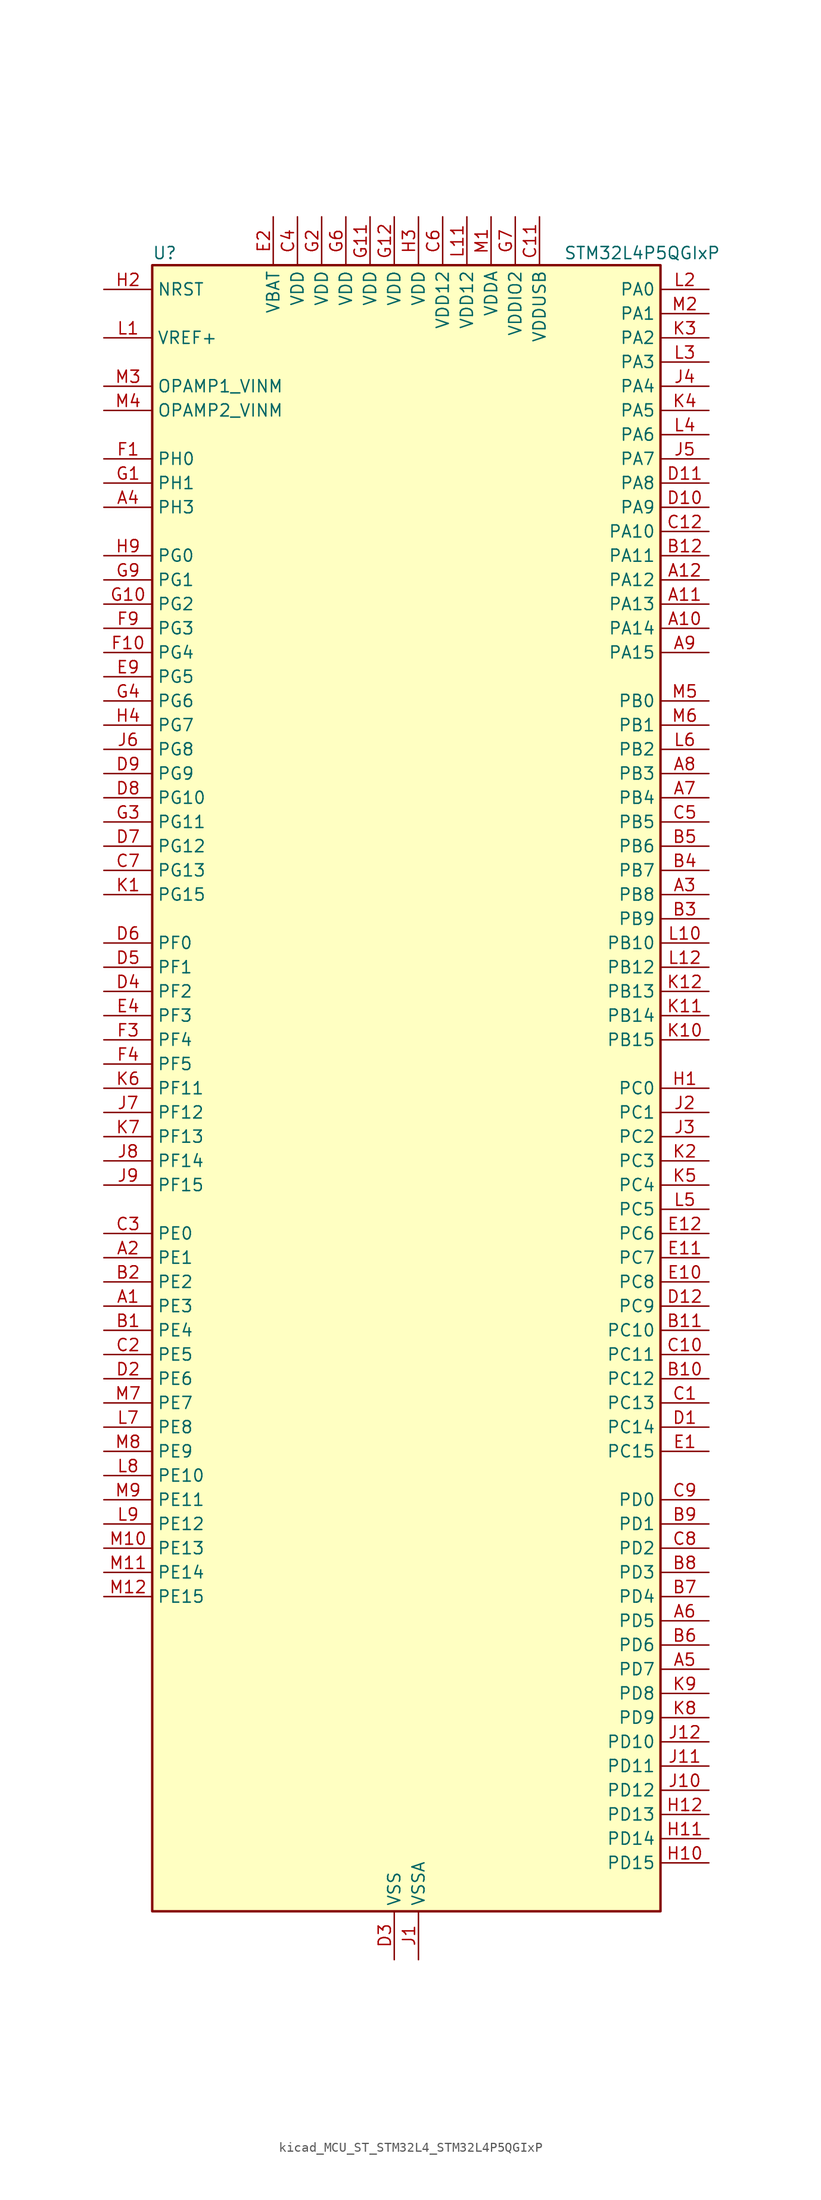
<source format=kicad_sym>
(kicad_symbol_lib
  (version 20220914)
  (generator kicad_symbol_editor)
  (symbol "kicad_MCU_ST_STM32L4_STM32L4P5QGIxP"
    (property "Reference" "U"
      (at -25.4 87.63 0)
      (effects (font (size 1.27 1.27)) (justify left)))
    (property "Value" "STM32L4P5QGIxP"
      (at 17.78 87.63 0)
      (effects (font (size 1.27 1.27)) (justify left)))
    (property "ki_locked" ""
      (at 0 0 0)
      (effects (font (size 1.27 1.27))))
    (symbol "kicad_MCU_ST_STM32L4_STM32L4P5QGIxP_0_1"
      (rectangle (start -25.4 -86.36) (end 27.94 86.36) (stroke (width 0.254) (type default)) (fill (type background))))
    (symbol "kicad_MCU_ST_STM32L4_STM32L4P5QGIxP_1_1"
      (pin bidirectional line (at -30.48 -22.86 0) (length 5.08) (name "PE3" (effects (font (size 1.27 1.27)))) (number "A1" (effects (font (size 1.27 1.27)))) (alternate "FMC_A19" bidirectional line) (alternate "LTDC_R6" bidirectional line) (alternate "OCTOSPIM_P1_DQS" bidirectional line) (alternate "SAI1_SD_B" bidirectional line) (alternate "SYS_TRACED0" bidirectional line) (alternate "TIM3_CH1" bidirectional line) (alternate "TSC_G7_IO2" bidirectional line))
      (pin bidirectional line (at 33.02 48.26 180) (length 5.08) (name "PA14" (effects (font (size 1.27 1.27)))) (number "A10" (effects (font (size 1.27 1.27)))) (alternate "I2C1_SMBA" bidirectional line) (alternate "I2C4_SMBA" bidirectional line) (alternate "LPTIM1_OUT" bidirectional line) (alternate "SAI1_FS_B" bidirectional line) (alternate "SYS_JTCK-SWCLK" bidirectional line) (alternate "USB_OTG_FS_SOF" bidirectional line))
      (pin bidirectional line (at 33.02 50.8 180) (length 5.08) (name "PA13" (effects (font (size 1.27 1.27)))) (number "A11" (effects (font (size 1.27 1.27)))) (alternate "IR_OUT" bidirectional line) (alternate "SAI1_SD_B" bidirectional line) (alternate "SYS_JTMS-SWDIO" bidirectional line) (alternate "USB_OTG_FS_NOE" bidirectional line))
      (pin bidirectional line (at 33.02 53.34 180) (length 5.08) (name "PA12" (effects (font (size 1.27 1.27)))) (number "A12" (effects (font (size 1.27 1.27)))) (alternate "CAN1_TX" bidirectional line) (alternate "LTDC_VSYNC" bidirectional line) (alternate "OCTOSPIM_P2_NCS" bidirectional line) (alternate "SPI1_MOSI" bidirectional line) (alternate "TIM1_ETR" bidirectional line) (alternate "USART1_DE" bidirectional line) (alternate "USART1_RTS" bidirectional line) (alternate "USB_OTG_FS_DP" bidirectional line))
      (pin bidirectional line (at -30.48 -17.78 0) (length 5.08) (name "PE1" (effects (font (size 1.27 1.27)))) (number "A2" (effects (font (size 1.27 1.27)))) (alternate "DCMI_D3" bidirectional line) (alternate "FMC_NBL1" bidirectional line) (alternate "LTDC_VSYNC" bidirectional line) (alternate "PSSI_D3" bidirectional line) (alternate "TIM17_CH1" bidirectional line))
      (pin bidirectional line (at 33.02 20.32 180) (length 5.08) (name "PB8" (effects (font (size 1.27 1.27)))) (number "A3" (effects (font (size 1.27 1.27)))) (alternate "CAN1_RX" bidirectional line) (alternate "DCMI_D6" bidirectional line) (alternate "DFSDM1_CKOUT" bidirectional line) (alternate "I2C1_SCL" bidirectional line) (alternate "LTDC_DE" bidirectional line) (alternate "PSSI_D6" bidirectional line) (alternate "SAI1_CK1" bidirectional line) (alternate "SAI1_MCLK_A" bidirectional line) (alternate "SDMMC1_CKIN" bidirectional line) (alternate "SDMMC1_D4" bidirectional line) (alternate "SDMMC2_D4" bidirectional line) (alternate "TIM16_CH1" bidirectional line) (alternate "TIM4_CH3" bidirectional line))
      (pin bidirectional line (at -30.48 60.96 0) (length 5.08) (name "PH3" (effects (font (size 1.27 1.27)))) (number "A4" (effects (font (size 1.27 1.27)))))
      (pin bidirectional line (at 33.02 -60.96 180) (length 5.08) (name "PD7" (effects (font (size 1.27 1.27)))) (number "A5" (effects (font (size 1.27 1.27)))) (alternate "DFSDM1_CKIN1" bidirectional line) (alternate "FMC_NCE" bidirectional line) (alternate "FMC_NE1" bidirectional line) (alternate "OCTOSPIM_P1_IO7" bidirectional line) (alternate "SDMMC2_CMD" bidirectional line) (alternate "USART2_CK" bidirectional line))
      (pin bidirectional line (at 33.02 -55.88 180) (length 5.08) (name "PD5" (effects (font (size 1.27 1.27)))) (number "A6" (effects (font (size 1.27 1.27)))) (alternate "FMC_NWE" bidirectional line) (alternate "OCTOSPIM_P1_IO5" bidirectional line) (alternate "USART2_TX" bidirectional line))
      (pin bidirectional line (at 33.02 30.48 180) (length 5.08) (name "PB4" (effects (font (size 1.27 1.27)))) (number "A7" (effects (font (size 1.27 1.27)))) (alternate "COMP2_INP" bidirectional line) (alternate "DCMI_D12" bidirectional line) (alternate "I2C3_SDA" bidirectional line) (alternate "OCTOSPIM_P1_IO5" bidirectional line) (alternate "PSSI_D12" bidirectional line) (alternate "SAI1_MCLK_B" bidirectional line) (alternate "SDMMC2_D3" bidirectional line) (alternate "SPI1_MISO" bidirectional line) (alternate "SPI3_MISO" bidirectional line) (alternate "SYS_JTRST" bidirectional line) (alternate "TIM17_BKIN" bidirectional line) (alternate "TIM3_CH1" bidirectional line) (alternate "TSC_G2_IO1" bidirectional line) (alternate "UART5_DE" bidirectional line) (alternate "UART5_RTS" bidirectional line) (alternate "USART1_CTS" bidirectional line) (alternate "USART1_NSS" bidirectional line))
      (pin bidirectional line (at 33.02 33.02 180) (length 5.08) (name "PB3" (effects (font (size 1.27 1.27)))) (number "A8" (effects (font (size 1.27 1.27)))) (alternate "COMP2_INM" bidirectional line) (alternate "CRS_SYNC" bidirectional line) (alternate "OCTOSPIM_P1_IO4" bidirectional line) (alternate "SAI1_SCK_B" bidirectional line) (alternate "SDMMC2_D2" bidirectional line) (alternate "SPI1_SCK" bidirectional line) (alternate "SPI3_SCK" bidirectional line) (alternate "SYS_JTDO-SWO" bidirectional line) (alternate "TIM2_CH2" bidirectional line) (alternate "USART1_DE" bidirectional line) (alternate "USART1_RTS" bidirectional line))
      (pin bidirectional line (at 33.02 45.72 180) (length 5.08) (name "PA15" (effects (font (size 1.27 1.27)))) (number "A9" (effects (font (size 1.27 1.27)))) (alternate "ADC1_EXTI15" bidirectional line) (alternate "ADC2_EXTI15" bidirectional line) (alternate "LTDC_HSYNC" bidirectional line) (alternate "SAI2_FS_B" bidirectional line) (alternate "SPI1_NSS" bidirectional line) (alternate "SPI3_NSS" bidirectional line) (alternate "SYS_JTDI" bidirectional line) (alternate "TIM2_CH1" bidirectional line) (alternate "TIM2_ETR" bidirectional line) (alternate "TSC_G3_IO1" bidirectional line) (alternate "UART4_DE" bidirectional line) (alternate "UART4_RTS" bidirectional line) (alternate "USART2_RX" bidirectional line) (alternate "USART3_DE" bidirectional line) (alternate "USART3_RTS" bidirectional line))
      (pin bidirectional line (at -30.48 -25.4 0) (length 5.08) (name "PE4" (effects (font (size 1.27 1.27)))) (number "B1" (effects (font (size 1.27 1.27)))) (alternate "DCMI_D4" bidirectional line) (alternate "DFSDM1_DATIN3" bidirectional line) (alternate "FMC_A20" bidirectional line) (alternate "LTDC_B7" bidirectional line) (alternate "PSSI_D4" bidirectional line) (alternate "SAI1_D2" bidirectional line) (alternate "SAI1_FS_A" bidirectional line) (alternate "SYS_TRACED1" bidirectional line) (alternate "TIM3_CH2" bidirectional line) (alternate "TSC_G7_IO3" bidirectional line))
      (pin bidirectional line (at 33.02 -30.48 180) (length 5.08) (name "PC12" (effects (font (size 1.27 1.27)))) (number "B10" (effects (font (size 1.27 1.27)))) (alternate "DCMI_D9" bidirectional line) (alternate "LTDC_R6" bidirectional line) (alternate "PSSI_D9" bidirectional line) (alternate "SAI2_SD_B" bidirectional line) (alternate "SDMMC1_CK" bidirectional line) (alternate "SPI3_MOSI" bidirectional line) (alternate "SYS_TRACED3" bidirectional line) (alternate "TSC_G3_IO4" bidirectional line) (alternate "UART5_TX" bidirectional line) (alternate "USART3_CK" bidirectional line))
      (pin bidirectional line (at 33.02 -25.4 180) (length 5.08) (name "PC10" (effects (font (size 1.27 1.27)))) (number "B11" (effects (font (size 1.27 1.27)))) (alternate "DCMI_D8" bidirectional line) (alternate "DCMI_VSYNC" bidirectional line) (alternate "PSSI_D8" bidirectional line) (alternate "PSSI_RDY" bidirectional line) (alternate "SAI2_SCK_B" bidirectional line) (alternate "SDMMC1_D2" bidirectional line) (alternate "SPI3_SCK" bidirectional line) (alternate "SYS_TRACED1" bidirectional line) (alternate "TSC_G3_IO2" bidirectional line) (alternate "UART4_TX" bidirectional line) (alternate "USART3_TX" bidirectional line))
      (pin bidirectional line (at 33.02 55.88 180) (length 5.08) (name "PA11" (effects (font (size 1.27 1.27)))) (number "B12" (effects (font (size 1.27 1.27)))) (alternate "ADC1_EXTI11" bidirectional line) (alternate "ADC2_EXTI11" bidirectional line) (alternate "CAN1_RX" bidirectional line) (alternate "LTDC_DE" bidirectional line) (alternate "SPI1_MISO" bidirectional line) (alternate "TIM1_BKIN2" bidirectional line) (alternate "TIM1_CH4" bidirectional line) (alternate "USART1_CTS" bidirectional line) (alternate "USART1_NSS" bidirectional line) (alternate "USB_OTG_FS_DM" bidirectional line))
      (pin bidirectional line (at -30.48 -20.32 0) (length 5.08) (name "PE2" (effects (font (size 1.27 1.27)))) (number "B2" (effects (font (size 1.27 1.27)))) (alternate "FMC_A23" bidirectional line) (alternate "LTDC_R7" bidirectional line) (alternate "SAI1_CK1" bidirectional line) (alternate "SAI1_MCLK_A" bidirectional line) (alternate "SYS_TRACECLK" bidirectional line) (alternate "TIM3_ETR" bidirectional line) (alternate "TSC_G7_IO1" bidirectional line))
      (pin bidirectional line (at 33.02 17.78 180) (length 5.08) (name "PB9" (effects (font (size 1.27 1.27)))) (number "B3" (effects (font (size 1.27 1.27)))) (alternate "CAN1_TX" bidirectional line) (alternate "DAC1_EXTI9" bidirectional line) (alternate "DCMI_D7" bidirectional line) (alternate "I2C1_SDA" bidirectional line) (alternate "IR_OUT" bidirectional line) (alternate "PSSI_D7" bidirectional line) (alternate "SAI1_D2" bidirectional line) (alternate "SAI1_FS_A" bidirectional line) (alternate "SDMMC1_CDIR" bidirectional line) (alternate "SDMMC1_D5" bidirectional line) (alternate "SDMMC2_D5" bidirectional line) (alternate "SPI2_NSS" bidirectional line) (alternate "TIM17_CH1" bidirectional line) (alternate "TIM4_CH4" bidirectional line))
      (pin bidirectional line (at 33.02 22.86 180) (length 5.08) (name "PB7" (effects (font (size 1.27 1.27)))) (number "B4" (effects (font (size 1.27 1.27)))) (alternate "COMP2_INM" bidirectional line) (alternate "DCMI_VSYNC" bidirectional line) (alternate "FMC_NL" bidirectional line) (alternate "I2C1_SDA" bidirectional line) (alternate "I2C4_SDA" bidirectional line) (alternate "LPTIM1_IN2" bidirectional line) (alternate "LTDC_VSYNC" bidirectional line) (alternate "PSSI_RDY" bidirectional line) (alternate "SYS_PVD_IN" bidirectional line) (alternate "TIM17_CH1N" bidirectional line) (alternate "TIM4_CH2" bidirectional line) (alternate "TIM8_BKIN" bidirectional line) (alternate "TSC_G2_IO4" bidirectional line) (alternate "UART4_CTS" bidirectional line) (alternate "USART1_RX" bidirectional line))
      (pin bidirectional line (at 33.02 25.4 180) (length 5.08) (name "PB6" (effects (font (size 1.27 1.27)))) (number "B5" (effects (font (size 1.27 1.27)))) (alternate "COMP2_INP" bidirectional line) (alternate "DCMI_D5" bidirectional line) (alternate "I2C1_SCL" bidirectional line) (alternate "I2C4_SCL" bidirectional line) (alternate "LPTIM1_ETR" bidirectional line) (alternate "LTDC_R6" bidirectional line) (alternate "PSSI_D5" bidirectional line) (alternate "SAI1_FS_B" bidirectional line) (alternate "TIM16_CH1N" bidirectional line) (alternate "TIM4_CH1" bidirectional line) (alternate "TIM8_BKIN2" bidirectional line) (alternate "TSC_G2_IO3" bidirectional line) (alternate "USART1_TX" bidirectional line))
      (pin bidirectional line (at 33.02 -58.42 180) (length 5.08) (name "PD6" (effects (font (size 1.27 1.27)))) (number "B6" (effects (font (size 1.27 1.27)))) (alternate "DCMI_D10" bidirectional line) (alternate "DFSDM1_DATIN1" bidirectional line) (alternate "FMC_NWAIT" bidirectional line) (alternate "LTDC_DE" bidirectional line) (alternate "OCTOSPIM_P1_IO6" bidirectional line) (alternate "PSSI_D10" bidirectional line) (alternate "SAI1_D1" bidirectional line) (alternate "SAI1_SD_A" bidirectional line) (alternate "SDMMC2_CK" bidirectional line) (alternate "SPI3_MOSI" bidirectional line) (alternate "USART2_RX" bidirectional line))
      (pin bidirectional line (at 33.02 -53.34 180) (length 5.08) (name "PD4" (effects (font (size 1.27 1.27)))) (number "B7" (effects (font (size 1.27 1.27)))) (alternate "DFSDM1_CKIN0" bidirectional line) (alternate "FMC_NOE" bidirectional line) (alternate "OCTOSPIM_P1_IO4" bidirectional line) (alternate "SDMMC2_CKIN" bidirectional line) (alternate "SPI2_MOSI" bidirectional line) (alternate "USART2_DE" bidirectional line) (alternate "USART2_RTS" bidirectional line))
      (pin bidirectional line (at 33.02 -50.8 180) (length 5.08) (name "PD3" (effects (font (size 1.27 1.27)))) (number "B8" (effects (font (size 1.27 1.27)))) (alternate "DCMI_D5" bidirectional line) (alternate "DFSDM1_DATIN0" bidirectional line) (alternate "FMC_CLK" bidirectional line) (alternate "LTDC_CLK" bidirectional line) (alternate "OCTOSPIM_P2_NCS" bidirectional line) (alternate "PSSI_D5" bidirectional line) (alternate "SPI2_MISO" bidirectional line) (alternate "SPI2_SCK" bidirectional line) (alternate "USART2_CTS" bidirectional line) (alternate "USART2_NSS" bidirectional line))
      (pin bidirectional line (at 33.02 -45.72 180) (length 5.08) (name "PD1" (effects (font (size 1.27 1.27)))) (number "B9" (effects (font (size 1.27 1.27)))) (alternate "CAN1_TX" bidirectional line) (alternate "FMC_D3" bidirectional line) (alternate "FMC_DA3" bidirectional line) (alternate "LTDC_B5" bidirectional line) (alternate "SPI2_SCK" bidirectional line))
      (pin bidirectional line (at 33.02 -33.02 180) (length 5.08) (name "PC13" (effects (font (size 1.27 1.27)))) (number "C1" (effects (font (size 1.27 1.27)))) (alternate "RTC_OUT1" bidirectional line) (alternate "RTC_TAMP1" bidirectional line) (alternate "RTC_TS" bidirectional line) (alternate "SYS_WKUP2" bidirectional line))
      (pin bidirectional line (at 33.02 -27.94 180) (length 5.08) (name "PC11" (effects (font (size 1.27 1.27)))) (number "C10" (effects (font (size 1.27 1.27)))) (alternate "ADC1_EXTI11" bidirectional line) (alternate "ADC2_EXTI11" bidirectional line) (alternate "DCMI_D2" bidirectional line) (alternate "DCMI_D4" bidirectional line) (alternate "OCTOSPIM_P1_NCS" bidirectional line) (alternate "PSSI_D2" bidirectional line) (alternate "PSSI_D4" bidirectional line) (alternate "SAI2_MCLK_B" bidirectional line) (alternate "SDMMC1_D3" bidirectional line) (alternate "SPI3_MISO" bidirectional line) (alternate "TSC_G3_IO3" bidirectional line) (alternate "UART4_RX" bidirectional line) (alternate "USART3_RX" bidirectional line))
      (pin power_in line (at 15.24 91.44 270) (length 5.08) (name "VDDUSB" (effects (font (size 1.27 1.27)))) (number "C11" (effects (font (size 1.27 1.27)))))
      (pin bidirectional line (at 33.02 58.42 180) (length 5.08) (name "PA10" (effects (font (size 1.27 1.27)))) (number "C12" (effects (font (size 1.27 1.27)))) (alternate "DCMI_D1" bidirectional line) (alternate "LTDC_G6" bidirectional line) (alternate "PSSI_D1" bidirectional line) (alternate "SAI1_D1" bidirectional line) (alternate "SAI1_SD_A" bidirectional line) (alternate "TIM17_BKIN" bidirectional line) (alternate "TIM1_CH3" bidirectional line) (alternate "USART1_RX" bidirectional line) (alternate "USB_OTG_FS_ID" bidirectional line))
      (pin bidirectional line (at -30.48 -27.94 0) (length 5.08) (name "PE5" (effects (font (size 1.27 1.27)))) (number "C2" (effects (font (size 1.27 1.27)))) (alternate "DCMI_D6" bidirectional line) (alternate "DFSDM1_CKIN3" bidirectional line) (alternate "FMC_A21" bidirectional line) (alternate "LTDC_G7" bidirectional line) (alternate "PSSI_D6" bidirectional line) (alternate "SAI1_CK2" bidirectional line) (alternate "SAI1_SCK_A" bidirectional line) (alternate "SYS_TRACED2" bidirectional line) (alternate "TIM3_CH3" bidirectional line) (alternate "TSC_G7_IO4" bidirectional line))
      (pin bidirectional line (at -30.48 -15.24 0) (length 5.08) (name "PE0" (effects (font (size 1.27 1.27)))) (number "C3" (effects (font (size 1.27 1.27)))) (alternate "DCMI_D2" bidirectional line) (alternate "FMC_NBL0" bidirectional line) (alternate "LTDC_HSYNC" bidirectional line) (alternate "PSSI_D2" bidirectional line) (alternate "TIM16_CH1" bidirectional line) (alternate "TIM4_ETR" bidirectional line))
      (pin power_in line (at -10.16 91.44 270) (length 5.08) (name "VDD" (effects (font (size 1.27 1.27)))) (number "C4" (effects (font (size 1.27 1.27)))))
      (pin bidirectional line (at 33.02 27.94 180) (length 5.08) (name "PB5" (effects (font (size 1.27 1.27)))) (number "C5" (effects (font (size 1.27 1.27)))) (alternate "COMP2_OUT" bidirectional line) (alternate "DCMI_D10" bidirectional line) (alternate "I2C1_SMBA" bidirectional line) (alternate "LPTIM1_IN1" bidirectional line) (alternate "OCTOSPIM_P1_IO0" bidirectional line) (alternate "PSSI_D10" bidirectional line) (alternate "SAI1_SD_B" bidirectional line) (alternate "SPI1_MOSI" bidirectional line) (alternate "SPI3_MOSI" bidirectional line) (alternate "TIM16_BKIN" bidirectional line) (alternate "TIM3_CH2" bidirectional line) (alternate "TSC_G2_IO2" bidirectional line) (alternate "UART5_CTS" bidirectional line) (alternate "USART1_CK" bidirectional line))
      (pin power_in line (at 5.08 91.44 270) (length 5.08) (name "VDD12" (effects (font (size 1.27 1.27)))) (number "C6" (effects (font (size 1.27 1.27)))))
      (pin bidirectional line (at -30.48 22.86 0) (length 5.08) (name "PG13" (effects (font (size 1.27 1.27)))) (number "C7" (effects (font (size 1.27 1.27)))) (alternate "FMC_A24" bidirectional line) (alternate "I2C1_SDA" bidirectional line) (alternate "LTDC_R0" bidirectional line) (alternate "USART1_CK" bidirectional line))
      (pin bidirectional line (at 33.02 -48.26 180) (length 5.08) (name "PD2" (effects (font (size 1.27 1.27)))) (number "C8" (effects (font (size 1.27 1.27)))) (alternate "DCMI_D11" bidirectional line) (alternate "PSSI_D11" bidirectional line) (alternate "SDMMC1_CMD" bidirectional line) (alternate "SYS_TRACED2" bidirectional line) (alternate "TIM3_ETR" bidirectional line) (alternate "TSC_SYNC" bidirectional line) (alternate "UART5_RX" bidirectional line) (alternate "USART3_DE" bidirectional line) (alternate "USART3_RTS" bidirectional line))
      (pin bidirectional line (at 33.02 -43.18 180) (length 5.08) (name "PD0" (effects (font (size 1.27 1.27)))) (number "C9" (effects (font (size 1.27 1.27)))) (alternate "CAN1_RX" bidirectional line) (alternate "FMC_D2" bidirectional line) (alternate "FMC_DA2" bidirectional line) (alternate "LTDC_B4" bidirectional line) (alternate "SPI2_NSS" bidirectional line))
      (pin bidirectional line (at 33.02 -35.56 180) (length 5.08) (name "PC14" (effects (font (size 1.27 1.27)))) (number "D1" (effects (font (size 1.27 1.27)))) (alternate "RCC_OSC32_IN" bidirectional line))
      (pin bidirectional line (at 33.02 60.96 180) (length 5.08) (name "PA9" (effects (font (size 1.27 1.27)))) (number "D10" (effects (font (size 1.27 1.27)))) (alternate "DAC1_EXTI9" bidirectional line) (alternate "DCMI_D0" bidirectional line) (alternate "LTDC_G7" bidirectional line) (alternate "PSSI_D0" bidirectional line) (alternate "SAI1_FS_A" bidirectional line) (alternate "SPI2_SCK" bidirectional line) (alternate "TIM15_BKIN" bidirectional line) (alternate "TIM1_CH2" bidirectional line) (alternate "USART1_TX" bidirectional line) (alternate "USB_OTG_FS_VBUS" bidirectional line))
      (pin bidirectional line (at 33.02 63.5 180) (length 5.08) (name "PA8" (effects (font (size 1.27 1.27)))) (number "D11" (effects (font (size 1.27 1.27)))) (alternate "LPTIM2_OUT" bidirectional line) (alternate "LTDC_B7" bidirectional line) (alternate "RCC_MCO" bidirectional line) (alternate "SAI1_CK2" bidirectional line) (alternate "SAI1_SCK_A" bidirectional line) (alternate "TIM1_CH1" bidirectional line) (alternate "USART1_CK" bidirectional line) (alternate "USB_OTG_FS_SOF" bidirectional line))
      (pin bidirectional line (at 33.02 -22.86 180) (length 5.08) (name "PC9" (effects (font (size 1.27 1.27)))) (number "D12" (effects (font (size 1.27 1.27)))) (alternate "DAC1_EXTI9" bidirectional line) (alternate "DCMI_D3" bidirectional line) (alternate "I2C3_SDA" bidirectional line) (alternate "PSSI_D3" bidirectional line) (alternate "SAI2_EXTCLK" bidirectional line) (alternate "SDMMC1_D1" bidirectional line) (alternate "SYS_TRACED0" bidirectional line) (alternate "TIM3_CH4" bidirectional line) (alternate "TIM8_BKIN2" bidirectional line) (alternate "TIM8_CH4" bidirectional line) (alternate "TSC_G4_IO4" bidirectional line) (alternate "USB_OTG_FS_NOE" bidirectional line))
      (pin bidirectional line (at -30.48 -30.48 0) (length 5.08) (name "PE6" (effects (font (size 1.27 1.27)))) (number "D2" (effects (font (size 1.27 1.27)))) (alternate "DCMI_D7" bidirectional line) (alternate "FMC_A22" bidirectional line) (alternate "LTDC_G6" bidirectional line) (alternate "PSSI_D7" bidirectional line) (alternate "RTC_TAMP3" bidirectional line) (alternate "SAI1_D1" bidirectional line) (alternate "SAI1_SD_A" bidirectional line) (alternate "SYS_TRACED3" bidirectional line) (alternate "SYS_WKUP3" bidirectional line) (alternate "TIM3_CH4" bidirectional line))
      (pin power_in line (at 0 -91.44 90) (length 5.08) (name "VSS" (effects (font (size 1.27 1.27)))) (number "D3" (effects (font (size 1.27 1.27)))))
      (pin bidirectional line (at -30.48 10.16 0) (length 5.08) (name "PF2" (effects (font (size 1.27 1.27)))) (number "D4" (effects (font (size 1.27 1.27)))) (alternate "FMC_A2" bidirectional line) (alternate "I2C2_SMBA" bidirectional line) (alternate "OCTOSPIM_P2_IO2" bidirectional line))
      (pin bidirectional line (at -30.48 12.7 0) (length 5.08) (name "PF1" (effects (font (size 1.27 1.27)))) (number "D5" (effects (font (size 1.27 1.27)))) (alternate "FMC_A1" bidirectional line) (alternate "I2C2_SCL" bidirectional line) (alternate "OCTOSPIM_P2_IO1" bidirectional line))
      (pin bidirectional line (at -30.48 15.24 0) (length 5.08) (name "PF0" (effects (font (size 1.27 1.27)))) (number "D6" (effects (font (size 1.27 1.27)))) (alternate "FMC_A0" bidirectional line) (alternate "I2C2_SDA" bidirectional line) (alternate "OCTOSPIM_P2_IO0" bidirectional line))
      (pin bidirectional line (at -30.48 25.4 0) (length 5.08) (name "PG12" (effects (font (size 1.27 1.27)))) (number "D7" (effects (font (size 1.27 1.27)))) (alternate "FMC_NE4" bidirectional line) (alternate "LPTIM1_ETR" bidirectional line) (alternate "OCTOSPIM_P2_NCS" bidirectional line) (alternate "SAI2_SD_A" bidirectional line) (alternate "SDMMC2_D3" bidirectional line) (alternate "SPI3_NSS" bidirectional line) (alternate "USART1_DE" bidirectional line) (alternate "USART1_RTS" bidirectional line))
      (pin bidirectional line (at -30.48 30.48 0) (length 5.08) (name "PG10" (effects (font (size 1.27 1.27)))) (number "D8" (effects (font (size 1.27 1.27)))) (alternate "FMC_NE3" bidirectional line) (alternate "LPTIM1_IN1" bidirectional line) (alternate "OCTOSPIM_P2_IO7" bidirectional line) (alternate "SAI2_FS_A" bidirectional line) (alternate "SDMMC2_D1" bidirectional line) (alternate "SPI3_MISO" bidirectional line) (alternate "TIM15_CH1" bidirectional line) (alternate "USART1_RX" bidirectional line))
      (pin bidirectional line (at -30.48 33.02 0) (length 5.08) (name "PG9" (effects (font (size 1.27 1.27)))) (number "D9" (effects (font (size 1.27 1.27)))) (alternate "DAC1_EXTI9" bidirectional line) (alternate "FMC_NCE" bidirectional line) (alternate "FMC_NE2" bidirectional line) (alternate "OCTOSPIM_P2_IO6" bidirectional line) (alternate "SAI2_SCK_A" bidirectional line) (alternate "SDMMC2_D0" bidirectional line) (alternate "SPI3_SCK" bidirectional line) (alternate "TIM15_CH1N" bidirectional line) (alternate "USART1_TX" bidirectional line))
      (pin bidirectional line (at 33.02 -38.1 180) (length 5.08) (name "PC15" (effects (font (size 1.27 1.27)))) (number "E1" (effects (font (size 1.27 1.27)))) (alternate "ADC1_EXTI15" bidirectional line) (alternate "ADC2_EXTI15" bidirectional line) (alternate "RCC_OSC32_OUT" bidirectional line))
      (pin bidirectional line (at 33.02 -20.32 180) (length 5.08) (name "PC8" (effects (font (size 1.27 1.27)))) (number "E10" (effects (font (size 1.27 1.27)))) (alternate "DCMI_D2" bidirectional line) (alternate "PSSI_D2" bidirectional line) (alternate "SDMMC1_D0" bidirectional line) (alternate "TIM3_CH3" bidirectional line) (alternate "TIM8_CH3" bidirectional line) (alternate "TSC_G4_IO3" bidirectional line))
      (pin bidirectional line (at 33.02 -17.78 180) (length 5.08) (name "PC7" (effects (font (size 1.27 1.27)))) (number "E11" (effects (font (size 1.27 1.27)))) (alternate "DCMI_D1" bidirectional line) (alternate "DFSDM1_DATIN3" bidirectional line) (alternate "LTDC_B6" bidirectional line) (alternate "PSSI_D1" bidirectional line) (alternate "SAI2_MCLK_B" bidirectional line) (alternate "SDMMC1_D123DIR" bidirectional line) (alternate "SDMMC1_D7" bidirectional line) (alternate "SDMMC2_D7" bidirectional line) (alternate "TIM3_CH2" bidirectional line) (alternate "TIM8_CH2" bidirectional line) (alternate "TSC_G4_IO2" bidirectional line))
      (pin bidirectional line (at 33.02 -15.24 180) (length 5.08) (name "PC6" (effects (font (size 1.27 1.27)))) (number "E12" (effects (font (size 1.27 1.27)))) (alternate "DCMI_D0" bidirectional line) (alternate "DFSDM1_CKIN3" bidirectional line) (alternate "LTDC_G7" bidirectional line) (alternate "PSSI_D0" bidirectional line) (alternate "SAI2_MCLK_A" bidirectional line) (alternate "SDMMC1_D0DIR" bidirectional line) (alternate "SDMMC1_D6" bidirectional line) (alternate "SDMMC2_D6" bidirectional line) (alternate "TIM3_CH1" bidirectional line) (alternate "TIM8_CH1" bidirectional line) (alternate "TSC_G4_IO1" bidirectional line))
      (pin power_in line (at -12.7 91.44 270) (length 5.08) (name "VBAT" (effects (font (size 1.27 1.27)))) (number "E2" (effects (font (size 1.27 1.27)))))
      (pin passive line (at 0 -91.44 90) (length 5.08) hide (name "VSS" (effects (font (size 1.27 1.27)))) (number "E3" (effects (font (size 1.27 1.27)))))
      (pin bidirectional line (at -30.48 7.62 0) (length 5.08) (name "PF3" (effects (font (size 1.27 1.27)))) (number "E4" (effects (font (size 1.27 1.27)))) (alternate "FMC_A3" bidirectional line) (alternate "OCTOSPIM_P2_IO3" bidirectional line))
      (pin bidirectional line (at -30.48 43.18 0) (length 5.08) (name "PG5" (effects (font (size 1.27 1.27)))) (number "E9" (effects (font (size 1.27 1.27)))) (alternate "FMC_A15" bidirectional line) (alternate "LPUART1_CTS" bidirectional line) (alternate "SAI2_SD_B" bidirectional line) (alternate "SDMMC2_D7" bidirectional line) (alternate "SPI1_NSS" bidirectional line))
      (pin bidirectional line (at -30.48 66.04 0) (length 5.08) (name "PH0" (effects (font (size 1.27 1.27)))) (number "F1" (effects (font (size 1.27 1.27)))) (alternate "RCC_OSC_IN" bidirectional line))
      (pin bidirectional line (at -30.48 45.72 0) (length 5.08) (name "PG4" (effects (font (size 1.27 1.27)))) (number "F10" (effects (font (size 1.27 1.27)))) (alternate "FMC_A14" bidirectional line) (alternate "SAI2_MCLK_B" bidirectional line) (alternate "SDMMC2_D6" bidirectional line) (alternate "SPI1_MOSI" bidirectional line))
      (pin passive line (at 0 -91.44 90) (length 5.08) hide (name "VSS" (effects (font (size 1.27 1.27)))) (number "F11" (effects (font (size 1.27 1.27)))))
      (pin passive line (at 0 -91.44 90) (length 5.08) hide (name "VSS" (effects (font (size 1.27 1.27)))) (number "F12" (effects (font (size 1.27 1.27)))))
      (pin passive line (at 0 -91.44 90) (length 5.08) hide (name "VSS" (effects (font (size 1.27 1.27)))) (number "F2" (effects (font (size 1.27 1.27)))))
      (pin bidirectional line (at -30.48 5.08 0) (length 5.08) (name "PF4" (effects (font (size 1.27 1.27)))) (number "F3" (effects (font (size 1.27 1.27)))) (alternate "FMC_A4" bidirectional line) (alternate "OCTOSPIM_P2_CLK" bidirectional line))
      (pin bidirectional line (at -30.48 2.54 0) (length 5.08) (name "PF5" (effects (font (size 1.27 1.27)))) (number "F4" (effects (font (size 1.27 1.27)))) (alternate "FMC_A5" bidirectional line) (alternate "OCTOSPIM_P2_NCLK" bidirectional line))
      (pin passive line (at 0 -91.44 90) (length 5.08) hide (name "VSS" (effects (font (size 1.27 1.27)))) (number "F6" (effects (font (size 1.27 1.27)))))
      (pin passive line (at 0 -91.44 90) (length 5.08) hide (name "VSS" (effects (font (size 1.27 1.27)))) (number "F7" (effects (font (size 1.27 1.27)))))
      (pin bidirectional line (at -30.48 48.26 0) (length 5.08) (name "PG3" (effects (font (size 1.27 1.27)))) (number "F9" (effects (font (size 1.27 1.27)))) (alternate "FMC_A13" bidirectional line) (alternate "SAI2_FS_B" bidirectional line) (alternate "SDMMC2_D5" bidirectional line) (alternate "SPI1_MISO" bidirectional line))
      (pin bidirectional line (at -30.48 63.5 0) (length 5.08) (name "PH1" (effects (font (size 1.27 1.27)))) (number "G1" (effects (font (size 1.27 1.27)))) (alternate "RCC_OSC_OUT" bidirectional line))
      (pin bidirectional line (at -30.48 50.8 0) (length 5.08) (name "PG2" (effects (font (size 1.27 1.27)))) (number "G10" (effects (font (size 1.27 1.27)))) (alternate "FMC_A12" bidirectional line) (alternate "SAI2_SCK_B" bidirectional line) (alternate "SDMMC2_D4" bidirectional line) (alternate "SPI1_SCK" bidirectional line))
      (pin power_in line (at -2.54 91.44 270) (length 5.08) (name "VDD" (effects (font (size 1.27 1.27)))) (number "G11" (effects (font (size 1.27 1.27)))))
      (pin power_in line (at 0 91.44 270) (length 5.08) (name "VDD" (effects (font (size 1.27 1.27)))) (number "G12" (effects (font (size 1.27 1.27)))))
      (pin power_in line (at -7.62 91.44 270) (length 5.08) (name "VDD" (effects (font (size 1.27 1.27)))) (number "G2" (effects (font (size 1.27 1.27)))))
      (pin bidirectional line (at -30.48 27.94 0) (length 5.08) (name "PG11" (effects (font (size 1.27 1.27)))) (number "G3" (effects (font (size 1.27 1.27)))) (alternate "ADC1_EXTI11" bidirectional line) (alternate "ADC2_EXTI11" bidirectional line) (alternate "LPTIM1_IN2" bidirectional line) (alternate "OCTOSPIM_P1_IO5" bidirectional line) (alternate "SAI2_MCLK_A" bidirectional line) (alternate "SDMMC2_D2" bidirectional line) (alternate "SPI3_MOSI" bidirectional line) (alternate "TIM15_CH2" bidirectional line) (alternate "USART1_CTS" bidirectional line) (alternate "USART1_NSS" bidirectional line))
      (pin bidirectional line (at -30.48 40.64 0) (length 5.08) (name "PG6" (effects (font (size 1.27 1.27)))) (number "G4" (effects (font (size 1.27 1.27)))) (alternate "I2C3_SMBA" bidirectional line) (alternate "LPUART1_DE" bidirectional line) (alternate "LPUART1_RTS" bidirectional line) (alternate "LTDC_R1" bidirectional line) (alternate "OCTOSPIM_P1_DQS" bidirectional line))
      (pin power_in line (at -5.08 91.44 270) (length 5.08) (name "VDD" (effects (font (size 1.27 1.27)))) (number "G6" (effects (font (size 1.27 1.27)))))
      (pin power_in line (at 12.7 91.44 270) (length 5.08) (name "VDDIO2" (effects (font (size 1.27 1.27)))) (number "G7" (effects (font (size 1.27 1.27)))))
      (pin bidirectional line (at -30.48 53.34 0) (length 5.08) (name "PG1" (effects (font (size 1.27 1.27)))) (number "G9" (effects (font (size 1.27 1.27)))) (alternate "FMC_A11" bidirectional line) (alternate "OCTOSPIM_P2_IO5" bidirectional line) (alternate "TSC_G8_IO4" bidirectional line))
      (pin bidirectional line (at 33.02 0 180) (length 5.08) (name "PC0" (effects (font (size 1.27 1.27)))) (number "H1" (effects (font (size 1.27 1.27)))) (alternate "ADC1_IN1" bidirectional line) (alternate "ADC2_IN1" bidirectional line) (alternate "I2C3_SCL" bidirectional line) (alternate "LPTIM1_IN1" bidirectional line) (alternate "LPTIM2_IN1" bidirectional line) (alternate "LPUART1_RX" bidirectional line) (alternate "LTDC_DE" bidirectional line) (alternate "SAI2_FS_A" bidirectional line) (alternate "SDMMC1_CMD" bidirectional line) (alternate "SDMMC2_CKIN" bidirectional line))
      (pin bidirectional line (at 33.02 -81.28 180) (length 5.08) (name "PD15" (effects (font (size 1.27 1.27)))) (number "H10" (effects (font (size 1.27 1.27)))) (alternate "ADC1_EXTI15" bidirectional line) (alternate "ADC2_EXTI15" bidirectional line) (alternate "FMC_D1" bidirectional line) (alternate "FMC_DA1" bidirectional line) (alternate "LTDC_B3" bidirectional line) (alternate "TIM4_CH4" bidirectional line))
      (pin bidirectional line (at 33.02 -78.74 180) (length 5.08) (name "PD14" (effects (font (size 1.27 1.27)))) (number "H11" (effects (font (size 1.27 1.27)))) (alternate "FMC_D0" bidirectional line) (alternate "FMC_DA0" bidirectional line) (alternate "LTDC_B2" bidirectional line) (alternate "TIM4_CH3" bidirectional line))
      (pin bidirectional line (at 33.02 -76.2 180) (length 5.08) (name "PD13" (effects (font (size 1.27 1.27)))) (number "H12" (effects (font (size 1.27 1.27)))) (alternate "FMC_A18" bidirectional line) (alternate "I2C4_SDA" bidirectional line) (alternate "LPTIM2_OUT" bidirectional line) (alternate "TIM4_CH2" bidirectional line) (alternate "TSC_G6_IO4" bidirectional line))
      (pin input line (at -30.48 83.82 0) (length 5.08) (name "NRST" (effects (font (size 1.27 1.27)))) (number "H2" (effects (font (size 1.27 1.27)))))
      (pin power_in line (at 2.54 91.44 270) (length 5.08) (name "VDD" (effects (font (size 1.27 1.27)))) (number "H3" (effects (font (size 1.27 1.27)))))
      (pin bidirectional line (at -30.48 38.1 0) (length 5.08) (name "PG7" (effects (font (size 1.27 1.27)))) (number "H4" (effects (font (size 1.27 1.27)))) (alternate "DFSDM1_CKOUT" bidirectional line) (alternate "FMC_INT" bidirectional line) (alternate "I2C3_SCL" bidirectional line) (alternate "LPUART1_TX" bidirectional line) (alternate "OCTOSPIM_P2_DQS" bidirectional line) (alternate "SAI1_CK1" bidirectional line) (alternate "SAI1_MCLK_A" bidirectional line))
      (pin bidirectional line (at -30.48 55.88 0) (length 5.08) (name "PG0" (effects (font (size 1.27 1.27)))) (number "H9" (effects (font (size 1.27 1.27)))) (alternate "FMC_A10" bidirectional line) (alternate "OCTOSPIM_P2_IO4" bidirectional line) (alternate "TSC_G8_IO3" bidirectional line))
      (pin power_in line (at 2.54 -91.44 90) (length 5.08) (name "VSSA" (effects (font (size 1.27 1.27)))) (number "J1" (effects (font (size 1.27 1.27)))))
      (pin bidirectional line (at 33.02 -73.66 180) (length 5.08) (name "PD12" (effects (font (size 1.27 1.27)))) (number "J10" (effects (font (size 1.27 1.27)))) (alternate "FMC_A17" bidirectional line) (alternate "FMC_ALE" bidirectional line) (alternate "I2C4_SCL" bidirectional line) (alternate "LPTIM2_IN1" bidirectional line) (alternate "LTDC_R7" bidirectional line) (alternate "SAI2_FS_A" bidirectional line) (alternate "TIM4_CH1" bidirectional line) (alternate "TSC_G6_IO3" bidirectional line) (alternate "USART3_DE" bidirectional line) (alternate "USART3_RTS" bidirectional line))
      (pin bidirectional line (at 33.02 -71.12 180) (length 5.08) (name "PD11" (effects (font (size 1.27 1.27)))) (number "J11" (effects (font (size 1.27 1.27)))) (alternate "ADC1_EXTI11" bidirectional line) (alternate "ADC2_EXTI11" bidirectional line) (alternate "FMC_A16" bidirectional line) (alternate "FMC_CLE" bidirectional line) (alternate "I2C4_SMBA" bidirectional line) (alternate "LPTIM2_ETR" bidirectional line) (alternate "LTDC_R6" bidirectional line) (alternate "SAI2_SD_A" bidirectional line) (alternate "TSC_G6_IO2" bidirectional line) (alternate "USART3_CTS" bidirectional line) (alternate "USART3_NSS" bidirectional line))
      (pin bidirectional line (at 33.02 -68.58 180) (length 5.08) (name "PD10" (effects (font (size 1.27 1.27)))) (number "J12" (effects (font (size 1.27 1.27)))) (alternate "FMC_D15" bidirectional line) (alternate "FMC_DA15" bidirectional line) (alternate "LTDC_R5" bidirectional line) (alternate "SAI2_SCK_A" bidirectional line) (alternate "TSC_G6_IO1" bidirectional line) (alternate "USART3_CK" bidirectional line))
      (pin bidirectional line (at 33.02 -2.54 180) (length 5.08) (name "PC1" (effects (font (size 1.27 1.27)))) (number "J2" (effects (font (size 1.27 1.27)))) (alternate "ADC1_IN2" bidirectional line) (alternate "ADC2_IN2" bidirectional line) (alternate "I2C3_SDA" bidirectional line) (alternate "LPTIM1_OUT" bidirectional line) (alternate "LPUART1_TX" bidirectional line) (alternate "OCTOSPIM_P1_IO4" bidirectional line) (alternate "SAI1_SD_A" bidirectional line) (alternate "SPI2_MOSI" bidirectional line) (alternate "SYS_TRACED0" bidirectional line))
      (pin bidirectional line (at 33.02 -5.08 180) (length 5.08) (name "PC2" (effects (font (size 1.27 1.27)))) (number "J3" (effects (font (size 1.27 1.27)))) (alternate "ADC1_IN3" bidirectional line) (alternate "ADC2_IN3" bidirectional line) (alternate "DFSDM1_CKOUT" bidirectional line) (alternate "LPTIM1_IN2" bidirectional line) (alternate "LTDC_HSYNC" bidirectional line) (alternate "OCTOSPIM_P1_IO5" bidirectional line) (alternate "SPI2_MISO" bidirectional line))
      (pin bidirectional line (at 33.02 73.66 180) (length 5.08) (name "PA4" (effects (font (size 1.27 1.27)))) (number "J4" (effects (font (size 1.27 1.27)))) (alternate "ADC1_IN9" bidirectional line) (alternate "ADC2_IN9" bidirectional line) (alternate "DAC1_OUT1" bidirectional line) (alternate "DCMI_HSYNC" bidirectional line) (alternate "LPTIM2_OUT" bidirectional line) (alternate "LTDC_CLK" bidirectional line) (alternate "OCTOSPIM_P1_NCS" bidirectional line) (alternate "PSSI_DE" bidirectional line) (alternate "SAI1_FS_B" bidirectional line) (alternate "SPI1_NSS" bidirectional line) (alternate "SPI3_NSS" bidirectional line) (alternate "USART2_CK" bidirectional line))
      (pin bidirectional line (at 33.02 66.04 180) (length 5.08) (name "PA7" (effects (font (size 1.27 1.27)))) (number "J5" (effects (font (size 1.27 1.27)))) (alternate "ADC1_IN12" bidirectional line) (alternate "ADC2_IN12" bidirectional line) (alternate "I2C3_SCL" bidirectional line) (alternate "OCTOSPIM_P1_IO2" bidirectional line) (alternate "OPAMP2_VINM" bidirectional line) (alternate "SPI1_MOSI" bidirectional line) (alternate "TIM17_CH1" bidirectional line) (alternate "TIM1_CH1N" bidirectional line) (alternate "TIM3_CH2" bidirectional line) (alternate "TIM8_CH1N" bidirectional line))
      (pin bidirectional line (at -30.48 35.56 0) (length 5.08) (name "PG8" (effects (font (size 1.27 1.27)))) (number "J6" (effects (font (size 1.27 1.27)))) (alternate "I2C3_SDA" bidirectional line) (alternate "LPUART1_RX" bidirectional line))
      (pin bidirectional line (at -30.48 -2.54 0) (length 5.08) (name "PF12" (effects (font (size 1.27 1.27)))) (number "J7" (effects (font (size 1.27 1.27)))) (alternate "FMC_A6" bidirectional line) (alternate "LTDC_B0" bidirectional line) (alternate "OCTOSPIM_P2_DQS" bidirectional line))
      (pin bidirectional line (at -30.48 -7.62 0) (length 5.08) (name "PF14" (effects (font (size 1.27 1.27)))) (number "J8" (effects (font (size 1.27 1.27)))) (alternate "FMC_A8" bidirectional line) (alternate "I2C4_SCL" bidirectional line) (alternate "LTDC_G0" bidirectional line) (alternate "TSC_G8_IO1" bidirectional line))
      (pin bidirectional line (at -30.48 -10.16 0) (length 5.08) (name "PF15" (effects (font (size 1.27 1.27)))) (number "J9" (effects (font (size 1.27 1.27)))) (alternate "ADC1_EXTI15" bidirectional line) (alternate "ADC2_EXTI15" bidirectional line) (alternate "FMC_A9" bidirectional line) (alternate "I2C4_SDA" bidirectional line) (alternate "LTDC_G1" bidirectional line) (alternate "TSC_G8_IO2" bidirectional line))
      (pin bidirectional line (at -30.48 20.32 0) (length 5.08) (name "PG15" (effects (font (size 1.27 1.27)))) (number "K1" (effects (font (size 1.27 1.27)))) (alternate "ADC1_EXTI15" bidirectional line) (alternate "ADC2_EXTI15" bidirectional line) (alternate "DCMI_D13" bidirectional line) (alternate "I2C1_SMBA" bidirectional line) (alternate "LPTIM1_OUT" bidirectional line) (alternate "OCTOSPIM_P2_DQS" bidirectional line) (alternate "PSSI_D13" bidirectional line))
      (pin bidirectional line (at 33.02 5.08 180) (length 5.08) (name "PB15" (effects (font (size 1.27 1.27)))) (number "K10" (effects (font (size 1.27 1.27)))) (alternate "ADC1_EXTI15" bidirectional line) (alternate "ADC2_EXTI15" bidirectional line) (alternate "DFSDM1_CKIN2" bidirectional line) (alternate "OCTOSPIM_P1_IO7" bidirectional line) (alternate "RTC_REFIN" bidirectional line) (alternate "SAI2_SD_A" bidirectional line) (alternate "SDMMC2_D1" bidirectional line) (alternate "SPI2_MOSI" bidirectional line) (alternate "TIM15_CH2" bidirectional line) (alternate "TIM1_CH3N" bidirectional line) (alternate "TIM8_CH3N" bidirectional line) (alternate "TSC_G1_IO4" bidirectional line))
      (pin bidirectional line (at 33.02 7.62 180) (length 5.08) (name "PB14" (effects (font (size 1.27 1.27)))) (number "K11" (effects (font (size 1.27 1.27)))) (alternate "DFSDM1_DATIN2" bidirectional line) (alternate "I2C2_SDA" bidirectional line) (alternate "OCTOSPIM_P1_IO6" bidirectional line) (alternate "SAI2_MCLK_A" bidirectional line) (alternate "SDMMC2_D0" bidirectional line) (alternate "SPI2_MISO" bidirectional line) (alternate "TIM15_CH1" bidirectional line) (alternate "TIM1_CH2N" bidirectional line) (alternate "TIM8_CH2N" bidirectional line) (alternate "TSC_G1_IO3" bidirectional line) (alternate "USART3_DE" bidirectional line) (alternate "USART3_RTS" bidirectional line))
      (pin bidirectional line (at 33.02 10.16 180) (length 5.08) (name "PB13" (effects (font (size 1.27 1.27)))) (number "K12" (effects (font (size 1.27 1.27)))) (alternate "DFSDM1_CKIN1" bidirectional line) (alternate "I2C2_SCL" bidirectional line) (alternate "LPUART1_CTS" bidirectional line) (alternate "OCTOSPIM_P1_IO1" bidirectional line) (alternate "SAI2_SCK_A" bidirectional line) (alternate "SPI2_SCK" bidirectional line) (alternate "TIM15_CH1N" bidirectional line) (alternate "TIM1_CH1N" bidirectional line) (alternate "TSC_G1_IO2" bidirectional line) (alternate "USART3_CTS" bidirectional line) (alternate "USART3_NSS" bidirectional line))
      (pin bidirectional line (at 33.02 -7.62 180) (length 5.08) (name "PC3" (effects (font (size 1.27 1.27)))) (number "K2" (effects (font (size 1.27 1.27)))) (alternate "ADC1_IN4" bidirectional line) (alternate "ADC2_IN4" bidirectional line) (alternate "LPTIM1_ETR" bidirectional line) (alternate "LPTIM2_ETR" bidirectional line) (alternate "OCTOSPIM_P1_IO6" bidirectional line) (alternate "SAI1_D1" bidirectional line) (alternate "SAI1_SD_A" bidirectional line) (alternate "SPI2_MOSI" bidirectional line))
      (pin bidirectional line (at 33.02 78.74 180) (length 5.08) (name "PA2" (effects (font (size 1.27 1.27)))) (number "K3" (effects (font (size 1.27 1.27)))) (alternate "ADC1_IN7" bidirectional line) (alternate "ADC2_IN7" bidirectional line) (alternate "LPUART1_TX" bidirectional line) (alternate "OCTOSPIM_P1_NCS" bidirectional line) (alternate "RCC_LSCO" bidirectional line) (alternate "SAI2_EXTCLK" bidirectional line) (alternate "SYS_WKUP4" bidirectional line) (alternate "TIM15_CH1" bidirectional line) (alternate "TIM2_CH3" bidirectional line) (alternate "TIM5_CH3" bidirectional line) (alternate "USART2_TX" bidirectional line))
      (pin bidirectional line (at 33.02 71.12 180) (length 5.08) (name "PA5" (effects (font (size 1.27 1.27)))) (number "K4" (effects (font (size 1.27 1.27)))) (alternate "ADC1_IN10" bidirectional line) (alternate "ADC2_IN10" bidirectional line) (alternate "DAC1_OUT2" bidirectional line) (alternate "LPTIM2_ETR" bidirectional line) (alternate "LTDC_R7" bidirectional line) (alternate "PSSI_D14" bidirectional line) (alternate "SPI1_SCK" bidirectional line) (alternate "TIM2_CH1" bidirectional line) (alternate "TIM2_ETR" bidirectional line) (alternate "TIM8_CH1N" bidirectional line))
      (pin bidirectional line (at 33.02 -10.16 180) (length 5.08) (name "PC4" (effects (font (size 1.27 1.27)))) (number "K5" (effects (font (size 1.27 1.27)))) (alternate "ADC1_IN13" bidirectional line) (alternate "ADC2_IN13" bidirectional line) (alternate "COMP1_INM" bidirectional line) (alternate "OCTOSPIM_P1_IO7" bidirectional line) (alternate "OCTOSPIM_P2_NCS" bidirectional line) (alternate "USART3_TX" bidirectional line))
      (pin bidirectional line (at -30.48 0 0) (length 5.08) (name "PF11" (effects (font (size 1.27 1.27)))) (number "K6" (effects (font (size 1.27 1.27)))) (alternate "ADC1_EXTI11" bidirectional line) (alternate "ADC2_EXTI11" bidirectional line) (alternate "DCMI_D12" bidirectional line) (alternate "LTDC_DE" bidirectional line) (alternate "OCTOSPIM_P1_NCLK" bidirectional line) (alternate "PSSI_D12" bidirectional line))
      (pin bidirectional line (at -30.48 -5.08 0) (length 5.08) (name "PF13" (effects (font (size 1.27 1.27)))) (number "K7" (effects (font (size 1.27 1.27)))) (alternate "FMC_A7" bidirectional line) (alternate "I2C4_SMBA" bidirectional line) (alternate "LTDC_B1" bidirectional line))
      (pin bidirectional line (at 33.02 -66.04 180) (length 5.08) (name "PD9" (effects (font (size 1.27 1.27)))) (number "K8" (effects (font (size 1.27 1.27)))) (alternate "DAC1_EXTI9" bidirectional line) (alternate "DCMI_PIXCLK" bidirectional line) (alternate "FMC_D14" bidirectional line) (alternate "FMC_DA14" bidirectional line) (alternate "LTDC_R4" bidirectional line) (alternate "PSSI_PDCK" bidirectional line) (alternate "SAI2_MCLK_A" bidirectional line) (alternate "USART3_RX" bidirectional line))
      (pin bidirectional line (at 33.02 -63.5 180) (length 5.08) (name "PD8" (effects (font (size 1.27 1.27)))) (number "K9" (effects (font (size 1.27 1.27)))) (alternate "DCMI_HSYNC" bidirectional line) (alternate "FMC_D13" bidirectional line) (alternate "FMC_DA13" bidirectional line) (alternate "LTDC_R3" bidirectional line) (alternate "PSSI_DE" bidirectional line) (alternate "USART3_TX" bidirectional line))
      (pin input line (at -30.48 78.74 0) (length 5.08) (name "VREF+" (effects (font (size 1.27 1.27)))) (number "L1" (effects (font (size 1.27 1.27)))) (alternate "VREFBUF_OUT" bidirectional line))
      (pin bidirectional line (at 33.02 15.24 180) (length 5.08) (name "PB10" (effects (font (size 1.27 1.27)))) (number "L10" (effects (font (size 1.27 1.27)))) (alternate "COMP1_OUT" bidirectional line) (alternate "I2C2_SCL" bidirectional line) (alternate "I2C4_SCL" bidirectional line) (alternate "LPUART1_RX" bidirectional line) (alternate "OCTOSPIM_P1_CLK" bidirectional line) (alternate "OCTOSPIM_P1_IO3" bidirectional line) (alternate "SAI1_SCK_A" bidirectional line) (alternate "SPI2_SCK" bidirectional line) (alternate "TIM2_CH3" bidirectional line) (alternate "TSC_SYNC" bidirectional line) (alternate "USART3_TX" bidirectional line))
      (pin power_in line (at 7.62 91.44 270) (length 5.08) (name "VDD12" (effects (font (size 1.27 1.27)))) (number "L11" (effects (font (size 1.27 1.27)))))
      (pin bidirectional line (at 33.02 12.7 180) (length 5.08) (name "PB12" (effects (font (size 1.27 1.27)))) (number "L12" (effects (font (size 1.27 1.27)))) (alternate "DFSDM1_DATIN1" bidirectional line) (alternate "I2C2_SMBA" bidirectional line) (alternate "LPUART1_DE" bidirectional line) (alternate "LPUART1_RTS" bidirectional line) (alternate "OCTOSPIM_P1_NCLK" bidirectional line) (alternate "SAI2_FS_A" bidirectional line) (alternate "SDMMC2_CK" bidirectional line) (alternate "SPI2_NSS" bidirectional line) (alternate "TIM15_BKIN" bidirectional line) (alternate "TIM1_BKIN" bidirectional line) (alternate "TSC_G1_IO1" bidirectional line) (alternate "USART3_CK" bidirectional line))
      (pin bidirectional line (at 33.02 83.82 180) (length 5.08) (name "PA0" (effects (font (size 1.27 1.27)))) (number "L2" (effects (font (size 1.27 1.27)))) (alternate "ADC1_IN5" bidirectional line) (alternate "ADC2_IN5" bidirectional line) (alternate "OPAMP1_VINP" bidirectional line) (alternate "RTC_TAMP2" bidirectional line) (alternate "SAI1_EXTCLK" bidirectional line) (alternate "SYS_WKUP1" bidirectional line) (alternate "TIM2_CH1" bidirectional line) (alternate "TIM2_ETR" bidirectional line) (alternate "TIM5_CH1" bidirectional line) (alternate "TIM8_ETR" bidirectional line) (alternate "UART4_TX" bidirectional line) (alternate "USART2_CTS" bidirectional line) (alternate "USART2_NSS" bidirectional line))
      (pin bidirectional line (at 33.02 76.2 180) (length 5.08) (name "PA3" (effects (font (size 1.27 1.27)))) (number "L3" (effects (font (size 1.27 1.27)))) (alternate "ADC1_IN8" bidirectional line) (alternate "ADC2_IN8" bidirectional line) (alternate "LPUART1_RX" bidirectional line) (alternate "OCTOSPIM_P1_CLK" bidirectional line) (alternate "OPAMP1_VOUT" bidirectional line) (alternate "SAI1_CK1" bidirectional line) (alternate "SAI1_MCLK_A" bidirectional line) (alternate "TIM15_CH2" bidirectional line) (alternate "TIM2_CH4" bidirectional line) (alternate "TIM5_CH4" bidirectional line) (alternate "USART2_RX" bidirectional line))
      (pin bidirectional line (at 33.02 68.58 180) (length 5.08) (name "PA6" (effects (font (size 1.27 1.27)))) (number "L4" (effects (font (size 1.27 1.27)))) (alternate "ADC1_IN11" bidirectional line) (alternate "ADC2_IN11" bidirectional line) (alternate "DCMI_PIXCLK" bidirectional line) (alternate "LPUART1_CTS" bidirectional line) (alternate "OCTOSPIM_P1_IO3" bidirectional line) (alternate "OPAMP2_VINP" bidirectional line) (alternate "PSSI_PDCK" bidirectional line) (alternate "SPI1_MISO" bidirectional line) (alternate "TIM16_CH1" bidirectional line) (alternate "TIM1_BKIN" bidirectional line) (alternate "TIM3_CH1" bidirectional line) (alternate "TIM8_BKIN" bidirectional line) (alternate "USART3_CTS" bidirectional line) (alternate "USART3_NSS" bidirectional line))
      (pin bidirectional line (at 33.02 -12.7 180) (length 5.08) (name "PC5" (effects (font (size 1.27 1.27)))) (number "L5" (effects (font (size 1.27 1.27)))) (alternate "ADC1_IN14" bidirectional line) (alternate "ADC2_IN14" bidirectional line) (alternate "COMP1_INP" bidirectional line) (alternate "LTDC_CLK" bidirectional line) (alternate "PSSI_D15" bidirectional line) (alternate "SAI1_D3" bidirectional line) (alternate "SYS_WKUP5" bidirectional line) (alternate "USART3_RX" bidirectional line))
      (pin bidirectional line (at 33.02 35.56 180) (length 5.08) (name "PB2" (effects (font (size 1.27 1.27)))) (number "L6" (effects (font (size 1.27 1.27)))) (alternate "COMP1_INP" bidirectional line) (alternate "DFSDM1_CKIN0" bidirectional line) (alternate "I2C3_SMBA" bidirectional line) (alternate "LPTIM1_OUT" bidirectional line) (alternate "OCTOSPIM_P1_DQS" bidirectional line) (alternate "RTC_OUT2" bidirectional line))
      (pin bidirectional line (at -30.48 -35.56 0) (length 5.08) (name "PE8" (effects (font (size 1.27 1.27)))) (number "L7" (effects (font (size 1.27 1.27)))) (alternate "DFSDM1_CKIN2" bidirectional line) (alternate "FMC_D5" bidirectional line) (alternate "FMC_DA5" bidirectional line) (alternate "LTDC_B7" bidirectional line) (alternate "SAI1_SCK_B" bidirectional line) (alternate "TIM1_CH1N" bidirectional line))
      (pin bidirectional line (at -30.48 -40.64 0) (length 5.08) (name "PE10" (effects (font (size 1.27 1.27)))) (number "L8" (effects (font (size 1.27 1.27)))) (alternate "FMC_D7" bidirectional line) (alternate "FMC_DA7" bidirectional line) (alternate "LTDC_G3" bidirectional line) (alternate "OCTOSPIM_P1_CLK" bidirectional line) (alternate "SAI1_MCLK_B" bidirectional line) (alternate "TIM1_CH2N" bidirectional line) (alternate "TSC_G5_IO1" bidirectional line))
      (pin bidirectional line (at -30.48 -45.72 0) (length 5.08) (name "PE12" (effects (font (size 1.27 1.27)))) (number "L9" (effects (font (size 1.27 1.27)))) (alternate "FMC_D9" bidirectional line) (alternate "FMC_DA9" bidirectional line) (alternate "LTDC_G5" bidirectional line) (alternate "OCTOSPIM_P1_IO0" bidirectional line) (alternate "SPI1_NSS" bidirectional line) (alternate "TIM1_CH3N" bidirectional line) (alternate "TSC_G5_IO3" bidirectional line))
      (pin power_in line (at 10.16 91.44 270) (length 5.08) (name "VDDA" (effects (font (size 1.27 1.27)))) (number "M1" (effects (font (size 1.27 1.27)))))
      (pin bidirectional line (at -30.48 -48.26 0) (length 5.08) (name "PE13" (effects (font (size 1.27 1.27)))) (number "M10" (effects (font (size 1.27 1.27)))) (alternate "FMC_D10" bidirectional line) (alternate "FMC_DA10" bidirectional line) (alternate "LTDC_G6" bidirectional line) (alternate "OCTOSPIM_P1_IO1" bidirectional line) (alternate "SPI1_SCK" bidirectional line) (alternate "TIM1_CH3" bidirectional line) (alternate "TSC_G5_IO4" bidirectional line))
      (pin bidirectional line (at -30.48 -50.8 0) (length 5.08) (name "PE14" (effects (font (size 1.27 1.27)))) (number "M11" (effects (font (size 1.27 1.27)))) (alternate "FMC_D11" bidirectional line) (alternate "FMC_DA11" bidirectional line) (alternate "LTDC_G7" bidirectional line) (alternate "OCTOSPIM_P1_IO2" bidirectional line) (alternate "SPI1_MISO" bidirectional line) (alternate "TIM1_BKIN2" bidirectional line) (alternate "TIM1_CH4" bidirectional line))
      (pin bidirectional line (at -30.48 -53.34 0) (length 5.08) (name "PE15" (effects (font (size 1.27 1.27)))) (number "M12" (effects (font (size 1.27 1.27)))) (alternate "ADC1_EXTI15" bidirectional line) (alternate "ADC2_EXTI15" bidirectional line) (alternate "FMC_D12" bidirectional line) (alternate "FMC_DA12" bidirectional line) (alternate "LTDC_R2" bidirectional line) (alternate "OCTOSPIM_P1_IO3" bidirectional line) (alternate "SPI1_MOSI" bidirectional line) (alternate "TIM1_BKIN" bidirectional line))
      (pin bidirectional line (at 33.02 81.28 180) (length 5.08) (name "PA1" (effects (font (size 1.27 1.27)))) (number "M2" (effects (font (size 1.27 1.27)))) (alternate "ADC1_IN6" bidirectional line) (alternate "ADC2_IN6" bidirectional line) (alternate "I2C1_SMBA" bidirectional line) (alternate "OCTOSPIM_P1_DQS" bidirectional line) (alternate "OPAMP1_VINM" bidirectional line) (alternate "SDMMC2_CMD" bidirectional line) (alternate "SPI1_SCK" bidirectional line) (alternate "TIM15_CH1N" bidirectional line) (alternate "TIM2_CH2" bidirectional line) (alternate "TIM5_CH2" bidirectional line) (alternate "UART4_RX" bidirectional line) (alternate "USART2_DE" bidirectional line) (alternate "USART2_RTS" bidirectional line))
      (pin bidirectional line (at -30.48 73.66 0) (length 5.08) (name "OPAMP1_VINM" (effects (font (size 1.27 1.27)))) (number "M3" (effects (font (size 1.27 1.27)))) (alternate "OPAMP1_VINM" bidirectional line))
      (pin bidirectional line (at -30.48 71.12 0) (length 5.08) (name "OPAMP2_VINM" (effects (font (size 1.27 1.27)))) (number "M4" (effects (font (size 1.27 1.27)))) (alternate "OPAMP2_VINM" bidirectional line))
      (pin bidirectional line (at 33.02 40.64 180) (length 5.08) (name "PB0" (effects (font (size 1.27 1.27)))) (number "M5" (effects (font (size 1.27 1.27)))) (alternate "ADC1_IN15" bidirectional line) (alternate "ADC2_IN15" bidirectional line) (alternate "COMP1_OUT" bidirectional line) (alternate "LTDC_B6" bidirectional line) (alternate "OCTOSPIM_P1_IO1" bidirectional line) (alternate "OPAMP2_VOUT" bidirectional line) (alternate "SAI1_EXTCLK" bidirectional line) (alternate "SPI1_NSS" bidirectional line) (alternate "TIM1_CH2N" bidirectional line) (alternate "TIM3_CH3" bidirectional line) (alternate "TIM8_CH2N" bidirectional line) (alternate "USART3_CK" bidirectional line))
      (pin bidirectional line (at 33.02 38.1 180) (length 5.08) (name "PB1" (effects (font (size 1.27 1.27)))) (number "M6" (effects (font (size 1.27 1.27)))) (alternate "ADC1_IN16" bidirectional line) (alternate "ADC2_IN16" bidirectional line) (alternate "COMP1_INM" bidirectional line) (alternate "DFSDM1_DATIN0" bidirectional line) (alternate "LPTIM2_IN1" bidirectional line) (alternate "LPUART1_DE" bidirectional line) (alternate "LPUART1_RTS" bidirectional line) (alternate "LTDC_G6" bidirectional line) (alternate "OCTOSPIM_P1_IO0" bidirectional line) (alternate "TIM1_CH3N" bidirectional line) (alternate "TIM3_CH4" bidirectional line) (alternate "TIM8_CH3N" bidirectional line) (alternate "USART3_DE" bidirectional line) (alternate "USART3_RTS" bidirectional line))
      (pin bidirectional line (at -30.48 -33.02 0) (length 5.08) (name "PE7" (effects (font (size 1.27 1.27)))) (number "M7" (effects (font (size 1.27 1.27)))) (alternate "DFSDM1_DATIN2" bidirectional line) (alternate "FMC_D4" bidirectional line) (alternate "FMC_DA4" bidirectional line) (alternate "LTDC_B6" bidirectional line) (alternate "SAI1_SD_B" bidirectional line) (alternate "TIM1_ETR" bidirectional line))
      (pin bidirectional line (at -30.48 -38.1 0) (length 5.08) (name "PE9" (effects (font (size 1.27 1.27)))) (number "M8" (effects (font (size 1.27 1.27)))) (alternate "DAC1_EXTI9" bidirectional line) (alternate "DFSDM1_CKOUT" bidirectional line) (alternate "FMC_D6" bidirectional line) (alternate "FMC_DA6" bidirectional line) (alternate "LTDC_G2" bidirectional line) (alternate "OCTOSPIM_P1_NCLK" bidirectional line) (alternate "SAI1_FS_B" bidirectional line) (alternate "TIM1_CH1" bidirectional line))
      (pin bidirectional line (at -30.48 -43.18 0) (length 5.08) (name "PE11" (effects (font (size 1.27 1.27)))) (number "M9" (effects (font (size 1.27 1.27)))) (alternate "ADC1_EXTI11" bidirectional line) (alternate "ADC2_EXTI11" bidirectional line) (alternate "FMC_D8" bidirectional line) (alternate "FMC_DA8" bidirectional line) (alternate "LTDC_G4" bidirectional line) (alternate "OCTOSPIM_P1_NCS" bidirectional line) (alternate "TIM1_CH2" bidirectional line) (alternate "TSC_G5_IO2" bidirectional line)))))
</source>
